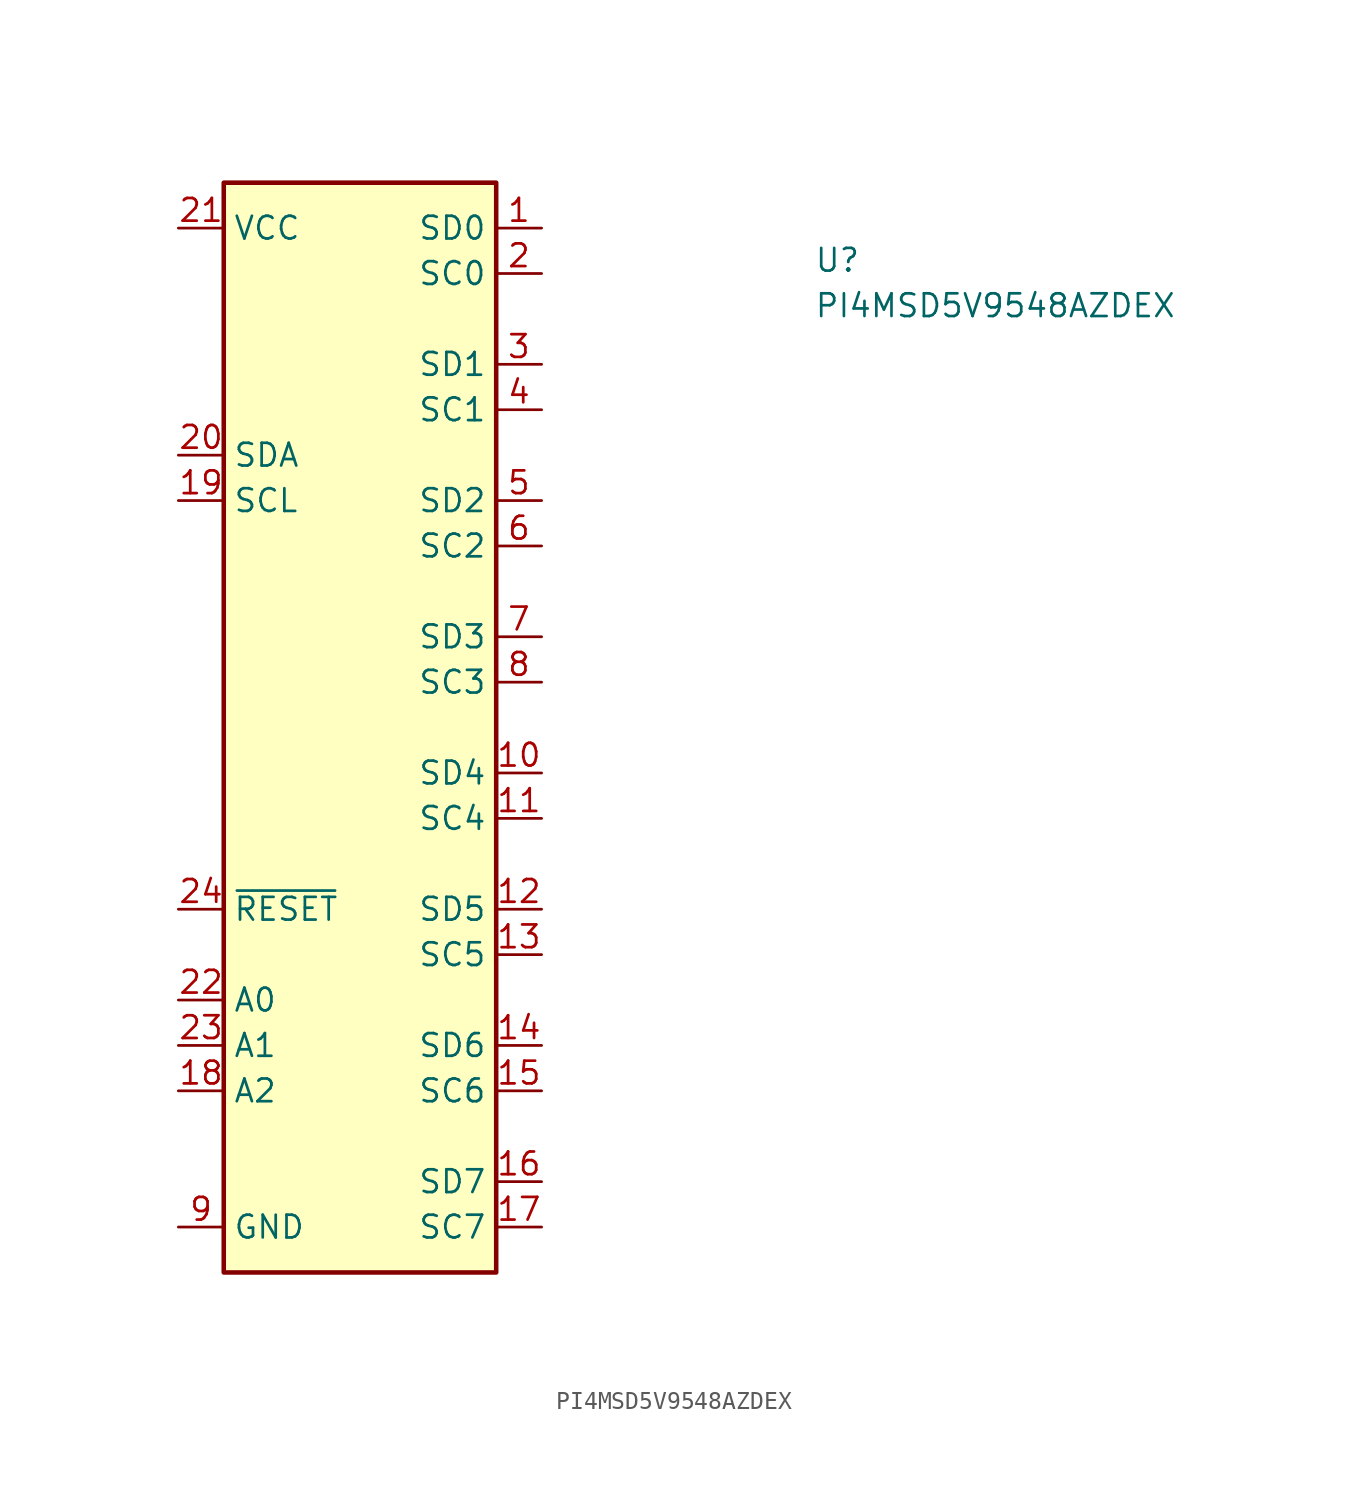
<source format=kicad_sym>
(kicad_symbol_lib
  (version 20211014)
  (generator kicad_symbol_editor)
  (symbol "PI4MSD5V9548AZDEX"
    (property "Reference" "U"
      (at 35.56 -2.54 0)
      (effects (font (size 1.27 1.27) (thickness 0.15)) (justify left bottom)))
    (property "Value" "PI4MSD5V9548AZDEX"
      (at 35.56 -5.08 0)
      (effects (font (size 1.27 1.27) (thickness 0.15)) (justify left bottom)))
    (symbol "PI4MSD5V9548AZDEX_1_1"
      (rectangle (start 17.78 -58.42) (end 2.54 2.54) (stroke (width 0.254) (type default) (color 0 0 0 0)) (fill (type background)))
      (pin bidirectional line (at 20.32 0 180) (length 2.54) (name "SD0" (effects (font (size 1.27 1.27)))) (number "1" (effects (font (size 1.27 1.27)))))
      (pin bidirectional line (at 20.32 -30.48 180) (length 2.54) (name "SD4" (effects (font (size 1.27 1.27)))) (number "10" (effects (font (size 1.27 1.27)))))
      (pin bidirectional line (at 20.32 -33.02 180) (length 2.54) (name "SC4" (effects (font (size 1.27 1.27)))) (number "11" (effects (font (size 1.27 1.27)))))
      (pin bidirectional line (at 20.32 -38.1 180) (length 2.54) (name "SD5" (effects (font (size 1.27 1.27)))) (number "12" (effects (font (size 1.27 1.27)))))
      (pin bidirectional line (at 20.32 -40.64 180) (length 2.54) (name "SC5" (effects (font (size 1.27 1.27)))) (number "13" (effects (font (size 1.27 1.27)))))
      (pin bidirectional line (at 20.32 -45.72 180) (length 2.54) (name "SD6" (effects (font (size 1.27 1.27)))) (number "14" (effects (font (size 1.27 1.27)))))
      (pin bidirectional line (at 20.32 -48.26 180) (length 2.54) (name "SC6" (effects (font (size 1.27 1.27)))) (number "15" (effects (font (size 1.27 1.27)))))
      (pin bidirectional line (at 20.32 -53.34 180) (length 2.54) (name "SD7" (effects (font (size 1.27 1.27)))) (number "16" (effects (font (size 1.27 1.27)))))
      (pin bidirectional line (at 20.32 -55.88 180) (length 2.54) (name "SC7" (effects (font (size 1.27 1.27)))) (number "17" (effects (font (size 1.27 1.27)))))
      (pin input line (at 0 -48.26 0) (length 2.54) (name "A2" (effects (font (size 1.27 1.27)))) (number "18" (effects (font (size 1.27 1.27)))))
      (pin bidirectional line (at 0 -15.24 0) (length 2.54) (name "SCL" (effects (font (size 1.27 1.27)))) (number "19" (effects (font (size 1.27 1.27)))))
      (pin bidirectional line (at 20.32 -2.54 180) (length 2.54) (name "SC0" (effects (font (size 1.27 1.27)))) (number "2" (effects (font (size 1.27 1.27)))))
      (pin bidirectional line (at 0 -12.7 0) (length 2.54) (name "SDA" (effects (font (size 1.27 1.27)))) (number "20" (effects (font (size 1.27 1.27)))))
      (pin power_in line (at 0 0 0) (length 2.54) (name "VCC" (effects (font (size 1.27 1.27)))) (number "21" (effects (font (size 1.27 1.27)))))
      (pin input line (at 0 -43.18 0) (length 2.54) (name "A0" (effects (font (size 1.27 1.27)))) (number "22" (effects (font (size 1.27 1.27)))))
      (pin input line (at 0 -45.72 0) (length 2.54) (name "A1" (effects (font (size 1.27 1.27)))) (number "23" (effects (font (size 1.27 1.27)))))
      (pin input line (at 0 -38.1 0) (length 2.54) (name "~{RESET}" (effects (font (size 1.27 1.27)))) (number "24" (effects (font (size 1.27 1.27)))))
      (pin bidirectional line (at 20.32 -7.62 180) (length 2.54) (name "SD1" (effects (font (size 1.27 1.27)))) (number "3" (effects (font (size 1.27 1.27)))))
      (pin bidirectional line (at 20.32 -10.16 180) (length 2.54) (name "SC1" (effects (font (size 1.27 1.27)))) (number "4" (effects (font (size 1.27 1.27)))))
      (pin bidirectional line (at 20.32 -15.24 180) (length 2.54) (name "SD2" (effects (font (size 1.27 1.27)))) (number "5" (effects (font (size 1.27 1.27)))))
      (pin bidirectional line (at 20.32 -17.78 180) (length 2.54) (name "SC2" (effects (font (size 1.27 1.27)))) (number "6" (effects (font (size 1.27 1.27)))))
      (pin bidirectional line (at 20.32 -22.86 180) (length 2.54) (name "SD3" (effects (font (size 1.27 1.27)))) (number "7" (effects (font (size 1.27 1.27)))))
      (pin bidirectional line (at 20.32 -25.4 180) (length 2.54) (name "SC3" (effects (font (size 1.27 1.27)))) (number "8" (effects (font (size 1.27 1.27)))))
      (pin power_in line (at 0 -55.88 0) (length 2.54) (name "GND" (effects (font (size 1.27 1.27)))) (number "9" (effects (font (size 1.27 1.27))))))))
</source>
